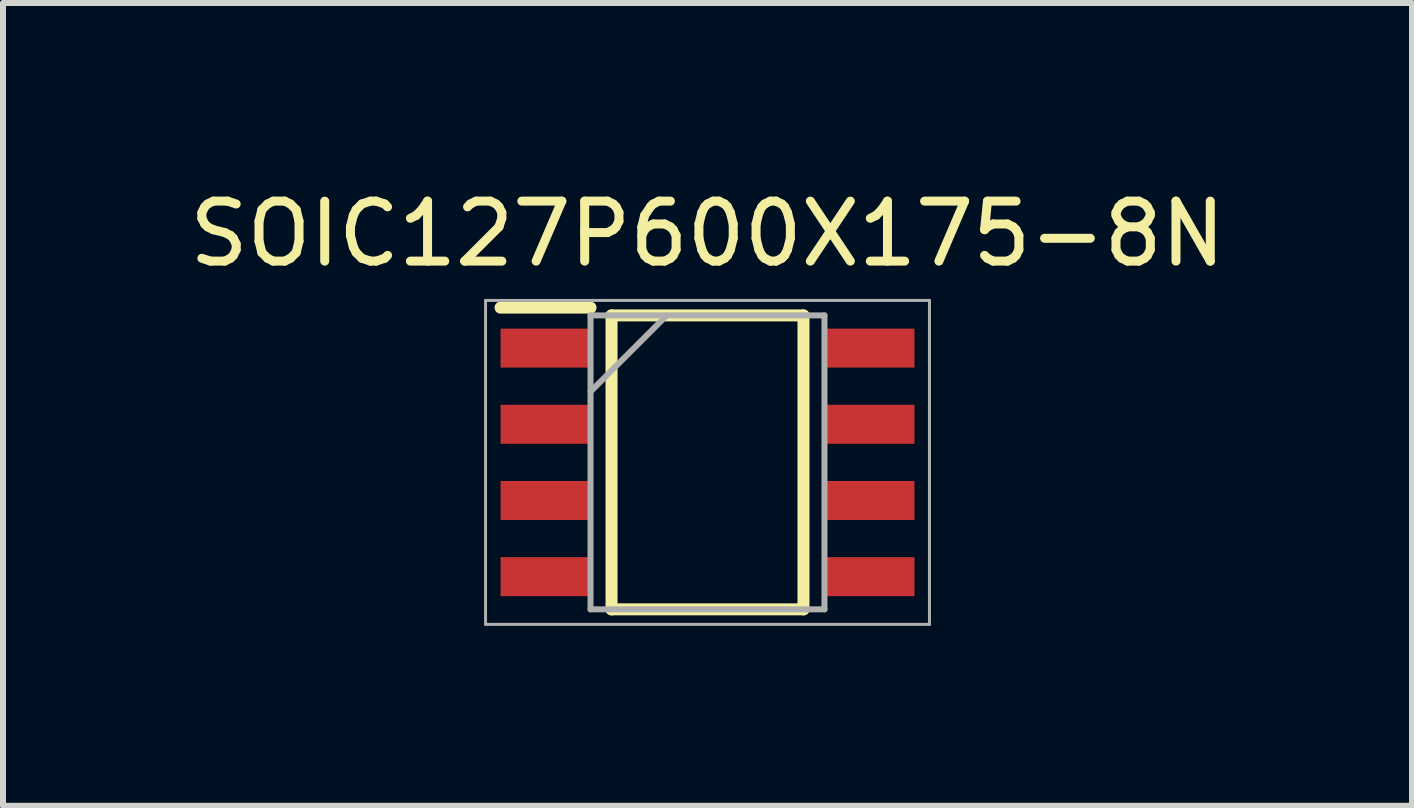
<source format=kicad_pcb>
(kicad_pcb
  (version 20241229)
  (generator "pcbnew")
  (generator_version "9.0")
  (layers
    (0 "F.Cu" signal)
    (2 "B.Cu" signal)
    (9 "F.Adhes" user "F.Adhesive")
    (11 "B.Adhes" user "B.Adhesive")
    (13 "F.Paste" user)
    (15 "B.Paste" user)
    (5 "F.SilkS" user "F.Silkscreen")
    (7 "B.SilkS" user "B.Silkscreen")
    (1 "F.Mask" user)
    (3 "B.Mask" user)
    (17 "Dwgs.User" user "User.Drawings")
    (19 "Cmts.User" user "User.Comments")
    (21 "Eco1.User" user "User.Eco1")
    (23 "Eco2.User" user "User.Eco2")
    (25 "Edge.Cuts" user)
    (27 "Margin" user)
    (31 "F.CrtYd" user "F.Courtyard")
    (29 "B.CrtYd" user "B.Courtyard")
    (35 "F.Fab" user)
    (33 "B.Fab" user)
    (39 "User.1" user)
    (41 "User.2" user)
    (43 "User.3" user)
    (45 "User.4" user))
  (footprint "SOIC127P600X175-8N"
    (layer "F.Cu")
    (at 8.744 4.658)
    (property "Reference" "SOIC127P600X175-8N" (at 0 -3.81 0) (layer "F.SilkS") (effects (font (size 1 1) (thickness 0.15))))
    (attr smd)
    (fp_line (start -3.45 -2.58) (end -1.95 -2.58) (stroke (width 0.2) (type solid)) (layer "F.SilkS"))
    (fp_line (start -1.6 -2.45) (end 1.6 -2.45) (stroke (width 0.2) (type solid)) (layer "F.SilkS"))
    (fp_line (start -1.6 2.45) (end -1.6 -2.45) (stroke (width 0.2) (type solid)) (layer "F.SilkS"))
    (fp_line (start 1.6 -2.45) (end 1.6 2.45) (stroke (width 0.2) (type solid)) (layer "F.SilkS"))
    (fp_line (start 1.6 2.45) (end -1.6 2.45) (stroke (width 0.2) (type solid)) (layer "F.SilkS"))
    (fp_line (start -3.7 -2.7) (end 3.7 -2.7) (stroke (width 0.05) (type solid)) (layer "F.Fab"))
    (fp_line (start -3.7 2.7) (end -3.7 -2.7) (stroke (width 0.05) (type solid)) (layer "F.Fab"))
    (fp_line (start -1.95 -2.45) (end 1.95 -2.45) (stroke (width 0.1) (type solid)) (layer "F.Fab"))
    (fp_line (start -1.95 -1.18) (end -0.68 -2.45) (stroke (width 0.1) (type solid)) (layer "F.Fab"))
    (fp_line (start -1.95 2.45) (end -1.95 -2.45) (stroke (width 0.1) (type solid)) (layer "F.Fab"))
    (fp_line (start 1.95 -2.45) (end 1.95 2.45) (stroke (width 0.1) (type solid)) (layer "F.Fab"))
    (fp_line (start 1.95 2.45) (end -1.95 2.45) (stroke (width 0.1) (type solid)) (layer "F.Fab"))
    (fp_line (start 3.7 -2.7) (end 3.7 2.7) (stroke (width 0.05) (type solid)) (layer "F.Fab"))
    (fp_line (start 3.7 2.7) (end -3.7 2.7) (stroke (width 0.05) (type solid)) (layer "F.Fab"))
    (pad "1" smd rect (at -2.7 -1.905) (size 1.5 0.65) (layers "F.Cu" "F.Mask" "F.Paste"))
    (pad "2" smd rect (at -2.7 -0.635) (size 1.5 0.65) (layers "F.Cu" "F.Mask" "F.Paste"))
    (pad "3" smd rect (at -2.7 0.635) (size 1.5 0.65) (layers "F.Cu" "F.Mask" "F.Paste"))
    (pad "4" smd rect (at -2.7 1.905) (size 1.5 0.65) (layers "F.Cu" "F.Mask" "F.Paste"))
    (pad "5" smd rect (at 2.7 1.905) (size 1.5 0.65) (layers "F.Cu" "F.Mask" "F.Paste"))
    (pad "6" smd rect (at 2.7 0.635) (size 1.5 0.65) (layers "F.Cu" "F.Mask" "F.Paste"))
    (pad "7" smd rect (at 2.7 -0.635) (size 1.5 0.65) (layers "F.Cu" "F.Mask" "F.Paste"))
    (pad "8" smd rect (at 2.7 -1.905) (size 1.5 0.65) (layers "F.Cu" "F.Mask" "F.Paste")))
  (gr_rect
    (start -3 -3)
    (end 20.488 10.383)
    (stroke (width 0.1) (type default))
    (fill no)
    (layer "Edge.Cuts")))
</source>
